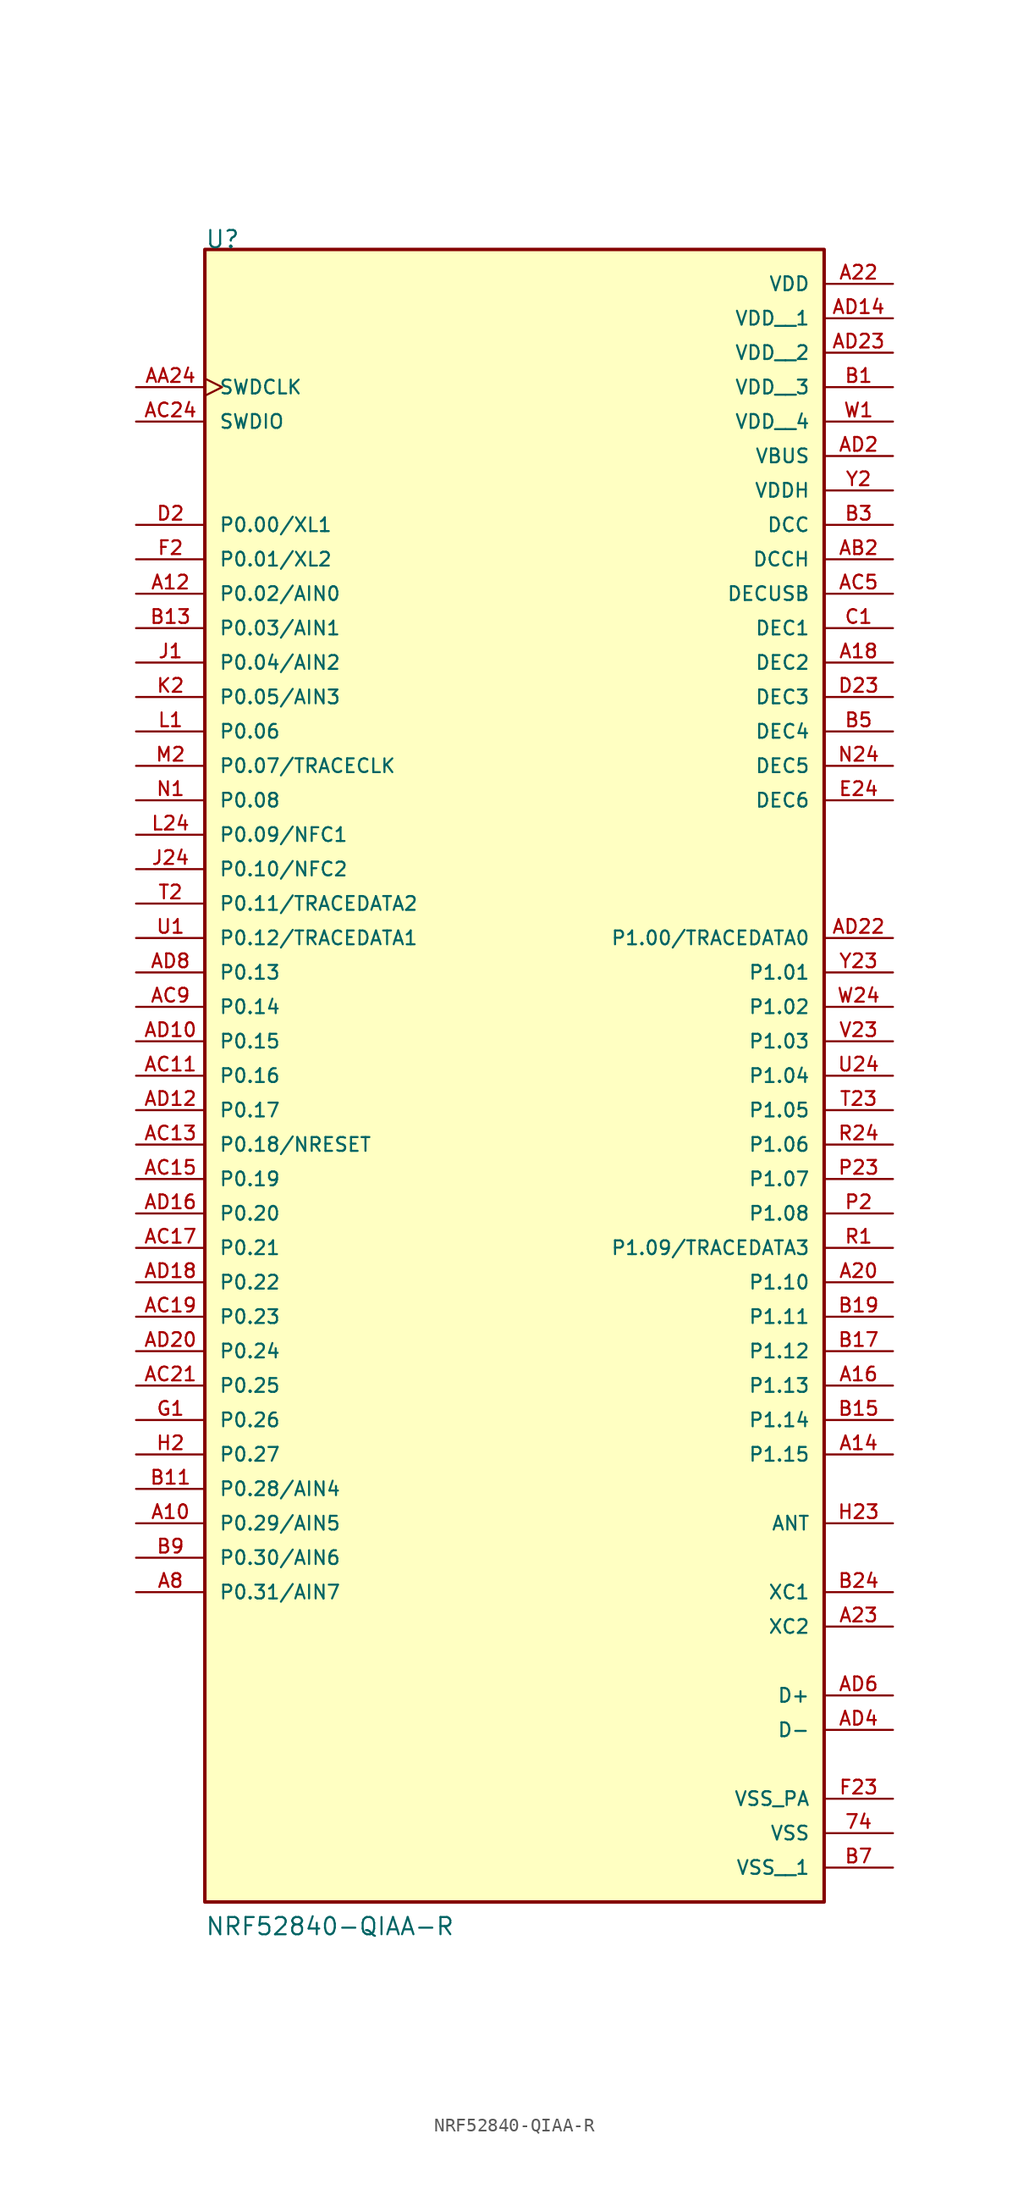
<source format=kicad_sym>
(kicad_symbol_lib
  (version 20241209)
  (generator "kicad_symbol_editor")
  (generator_version "9.0")
  (symbol "NRF52840-QIAA-R"
    (pin_names
      (offset 1.016))
    (property "Reference" "U"
      (at -22.86 53.34 0)
      (effects (font (size 1.27 1.27)) (justify left bottom)))
    (property "Value" "NRF52840-QIAA-R"
      (at -22.86 -71.12 0)
      (effects (font (size 1.27 1.27)) (justify left bottom)))
    (symbol "NRF52840-QIAA-R_0_0"
      (rectangle (start -22.86 53.34) (end 22.86 -68.58) (stroke (width 0.254) (type default)) (fill (type background)))
      (pin input clock (at -27.94 43.18 0) (length 5.08) (name "SWDCLK" (effects (font (size 1.016 1.016)))) (number "AA24" (effects (font (size 1.016 1.016)))))
      (pin bidirectional line (at -27.94 40.64 0) (length 5.08) (name "SWDIO" (effects (font (size 1.016 1.016)))) (number "AC24" (effects (font (size 1.016 1.016)))))
      (pin bidirectional line (at -27.94 33.02 0) (length 5.08) (name "P0.00/XL1" (effects (font (size 1.016 1.016)))) (number "D2" (effects (font (size 1.016 1.016)))))
      (pin bidirectional line (at -27.94 30.48 0) (length 5.08) (name "P0.01/XL2" (effects (font (size 1.016 1.016)))) (number "F2" (effects (font (size 1.016 1.016)))))
      (pin bidirectional line (at -27.94 27.94 0) (length 5.08) (name "P0.02/AIN0" (effects (font (size 1.016 1.016)))) (number "A12" (effects (font (size 1.016 1.016)))))
      (pin bidirectional line (at -27.94 25.4 0) (length 5.08) (name "P0.03/AIN1" (effects (font (size 1.016 1.016)))) (number "B13" (effects (font (size 1.016 1.016)))))
      (pin bidirectional line (at -27.94 22.86 0) (length 5.08) (name "P0.04/AIN2" (effects (font (size 1.016 1.016)))) (number "J1" (effects (font (size 1.016 1.016)))))
      (pin bidirectional line (at -27.94 20.32 0) (length 5.08) (name "P0.05/AIN3" (effects (font (size 1.016 1.016)))) (number "K2" (effects (font (size 1.016 1.016)))))
      (pin bidirectional line (at -27.94 17.78 0) (length 5.08) (name "P0.06" (effects (font (size 1.016 1.016)))) (number "L1" (effects (font (size 1.016 1.016)))))
      (pin bidirectional line (at -27.94 15.24 0) (length 5.08) (name "P0.07/TRACECLK" (effects (font (size 1.016 1.016)))) (number "M2" (effects (font (size 1.016 1.016)))))
      (pin bidirectional line (at -27.94 12.7 0) (length 5.08) (name "P0.08" (effects (font (size 1.016 1.016)))) (number "N1" (effects (font (size 1.016 1.016)))))
      (pin bidirectional line (at -27.94 10.16 0) (length 5.08) (name "P0.09/NFC1" (effects (font (size 1.016 1.016)))) (number "L24" (effects (font (size 1.016 1.016)))))
      (pin bidirectional line (at -27.94 7.62 0) (length 5.08) (name "P0.10/NFC2" (effects (font (size 1.016 1.016)))) (number "J24" (effects (font (size 1.016 1.016)))))
      (pin bidirectional line (at -27.94 5.08 0) (length 5.08) (name "P0.11/TRACEDATA2" (effects (font (size 1.016 1.016)))) (number "T2" (effects (font (size 1.016 1.016)))))
      (pin bidirectional line (at -27.94 2.54 0) (length 5.08) (name "P0.12/TRACEDATA1" (effects (font (size 1.016 1.016)))) (number "U1" (effects (font (size 1.016 1.016)))))
      (pin bidirectional line (at -27.94 0 0) (length 5.08) (name "P0.13" (effects (font (size 1.016 1.016)))) (number "AD8" (effects (font (size 1.016 1.016)))))
      (pin bidirectional line (at -27.94 -2.54 0) (length 5.08) (name "P0.14" (effects (font (size 1.016 1.016)))) (number "AC9" (effects (font (size 1.016 1.016)))))
      (pin bidirectional line (at -27.94 -5.08 0) (length 5.08) (name "P0.15" (effects (font (size 1.016 1.016)))) (number "AD10" (effects (font (size 1.016 1.016)))))
      (pin bidirectional line (at -27.94 -7.62 0) (length 5.08) (name "P0.16" (effects (font (size 1.016 1.016)))) (number "AC11" (effects (font (size 1.016 1.016)))))
      (pin bidirectional line (at -27.94 -10.16 0) (length 5.08) (name "P0.17" (effects (font (size 1.016 1.016)))) (number "AD12" (effects (font (size 1.016 1.016)))))
      (pin bidirectional line (at -27.94 -12.7 0) (length 5.08) (name "P0.18/NRESET" (effects (font (size 1.016 1.016)))) (number "AC13" (effects (font (size 1.016 1.016)))))
      (pin bidirectional line (at -27.94 -15.24 0) (length 5.08) (name "P0.19" (effects (font (size 1.016 1.016)))) (number "AC15" (effects (font (size 1.016 1.016)))))
      (pin bidirectional line (at -27.94 -17.78 0) (length 5.08) (name "P0.20" (effects (font (size 1.016 1.016)))) (number "AD16" (effects (font (size 1.016 1.016)))))
      (pin bidirectional line (at -27.94 -20.32 0) (length 5.08) (name "P0.21" (effects (font (size 1.016 1.016)))) (number "AC17" (effects (font (size 1.016 1.016)))))
      (pin bidirectional line (at -27.94 -22.86 0) (length 5.08) (name "P0.22" (effects (font (size 1.016 1.016)))) (number "AD18" (effects (font (size 1.016 1.016)))))
      (pin bidirectional line (at -27.94 -25.4 0) (length 5.08) (name "P0.23" (effects (font (size 1.016 1.016)))) (number "AC19" (effects (font (size 1.016 1.016)))))
      (pin bidirectional line (at -27.94 -27.94 0) (length 5.08) (name "P0.24" (effects (font (size 1.016 1.016)))) (number "AD20" (effects (font (size 1.016 1.016)))))
      (pin bidirectional line (at -27.94 -30.48 0) (length 5.08) (name "P0.25" (effects (font (size 1.016 1.016)))) (number "AC21" (effects (font (size 1.016 1.016)))))
      (pin bidirectional line (at -27.94 -33.02 0) (length 5.08) (name "P0.26" (effects (font (size 1.016 1.016)))) (number "G1" (effects (font (size 1.016 1.016)))))
      (pin bidirectional line (at -27.94 -35.56 0) (length 5.08) (name "P0.27" (effects (font (size 1.016 1.016)))) (number "H2" (effects (font (size 1.016 1.016)))))
      (pin bidirectional line (at -27.94 -38.1 0) (length 5.08) (name "P0.28/AIN4" (effects (font (size 1.016 1.016)))) (number "B11" (effects (font (size 1.016 1.016)))))
      (pin bidirectional line (at -27.94 -40.64 0) (length 5.08) (name "P0.29/AIN5" (effects (font (size 1.016 1.016)))) (number "A10" (effects (font (size 1.016 1.016)))))
      (pin bidirectional line (at -27.94 -43.18 0) (length 5.08) (name "P0.30/AIN6" (effects (font (size 1.016 1.016)))) (number "B9" (effects (font (size 1.016 1.016)))))
      (pin bidirectional line (at -27.94 -45.72 0) (length 5.08) (name "P0.31/AIN7" (effects (font (size 1.016 1.016)))) (number "A8" (effects (font (size 1.016 1.016)))))
      (pin power_in line (at 27.94 50.8 180) (length 5.08) (name "VDD" (effects (font (size 1.016 1.016)))) (number "A22" (effects (font (size 1.016 1.016)))))
      (pin power_in line (at 27.94 48.26 180) (length 5.08) (name "VDD__1" (effects (font (size 1.016 1.016)))) (number "AD14" (effects (font (size 1.016 1.016)))))
      (pin power_in line (at 27.94 45.72 180) (length 5.08) (name "VDD__2" (effects (font (size 1.016 1.016)))) (number "AD23" (effects (font (size 1.016 1.016)))))
      (pin power_in line (at 27.94 43.18 180) (length 5.08) (name "VDD__3" (effects (font (size 1.016 1.016)))) (number "B1" (effects (font (size 1.016 1.016)))))
      (pin power_in line (at 27.94 40.64 180) (length 5.08) (name "VDD__4" (effects (font (size 1.016 1.016)))) (number "W1" (effects (font (size 1.016 1.016)))))
      (pin power_in line (at 27.94 38.1 180) (length 5.08) (name "VBUS" (effects (font (size 1.016 1.016)))) (number "AD2" (effects (font (size 1.016 1.016)))))
      (pin power_in line (at 27.94 35.56 180) (length 5.08) (name "VDDH" (effects (font (size 1.016 1.016)))) (number "Y2" (effects (font (size 1.016 1.016)))))
      (pin power_in line (at 27.94 33.02 180) (length 5.08) (name "DCC" (effects (font (size 1.016 1.016)))) (number "B3" (effects (font (size 1.016 1.016)))))
      (pin power_in line (at 27.94 30.48 180) (length 5.08) (name "DCCH" (effects (font (size 1.016 1.016)))) (number "AB2" (effects (font (size 1.016 1.016)))))
      (pin power_in line (at 27.94 27.94 180) (length 5.08) (name "DECUSB" (effects (font (size 1.016 1.016)))) (number "AC5" (effects (font (size 1.016 1.016)))))
      (pin power_in line (at 27.94 25.4 180) (length 5.08) (name "DEC1" (effects (font (size 1.016 1.016)))) (number "C1" (effects (font (size 1.016 1.016)))))
      (pin power_in line (at 27.94 22.86 180) (length 5.08) (name "DEC2" (effects (font (size 1.016 1.016)))) (number "A18" (effects (font (size 1.016 1.016)))))
      (pin power_in line (at 27.94 20.32 180) (length 5.08) (name "DEC3" (effects (font (size 1.016 1.016)))) (number "D23" (effects (font (size 1.016 1.016)))))
      (pin power_in line (at 27.94 17.78 180) (length 5.08) (name "DEC4" (effects (font (size 1.016 1.016)))) (number "B5" (effects (font (size 1.016 1.016)))))
      (pin power_in line (at 27.94 15.24 180) (length 5.08) (name "DEC5" (effects (font (size 1.016 1.016)))) (number "N24" (effects (font (size 1.016 1.016)))))
      (pin power_in line (at 27.94 12.7 180) (length 5.08) (name "DEC6" (effects (font (size 1.016 1.016)))) (number "E24" (effects (font (size 1.016 1.016)))))
      (pin bidirectional line (at 27.94 2.54 180) (length 5.08) (name "P1.00/TRACEDATA0" (effects (font (size 1.016 1.016)))) (number "AD22" (effects (font (size 1.016 1.016)))))
      (pin bidirectional line (at 27.94 0 180) (length 5.08) (name "P1.01" (effects (font (size 1.016 1.016)))) (number "Y23" (effects (font (size 1.016 1.016)))))
      (pin bidirectional line (at 27.94 -2.54 180) (length 5.08) (name "P1.02" (effects (font (size 1.016 1.016)))) (number "W24" (effects (font (size 1.016 1.016)))))
      (pin bidirectional line (at 27.94 -5.08 180) (length 5.08) (name "P1.03" (effects (font (size 1.016 1.016)))) (number "V23" (effects (font (size 1.016 1.016)))))
      (pin bidirectional line (at 27.94 -7.62 180) (length 5.08) (name "P1.04" (effects (font (size 1.016 1.016)))) (number "U24" (effects (font (size 1.016 1.016)))))
      (pin bidirectional line (at 27.94 -10.16 180) (length 5.08) (name "P1.05" (effects (font (size 1.016 1.016)))) (number "T23" (effects (font (size 1.016 1.016)))))
      (pin bidirectional line (at 27.94 -12.7 180) (length 5.08) (name "P1.06" (effects (font (size 1.016 1.016)))) (number "R24" (effects (font (size 1.016 1.016)))))
      (pin bidirectional line (at 27.94 -15.24 180) (length 5.08) (name "P1.07" (effects (font (size 1.016 1.016)))) (number "P23" (effects (font (size 1.016 1.016)))))
      (pin bidirectional line (at 27.94 -17.78 180) (length 5.08) (name "P1.08" (effects (font (size 1.016 1.016)))) (number "P2" (effects (font (size 1.016 1.016)))))
      (pin bidirectional line (at 27.94 -20.32 180) (length 5.08) (name "P1.09/TRACEDATA3" (effects (font (size 1.016 1.016)))) (number "R1" (effects (font (size 1.016 1.016)))))
      (pin bidirectional line (at 27.94 -22.86 180) (length 5.08) (name "P1.10" (effects (font (size 1.016 1.016)))) (number "A20" (effects (font (size 1.016 1.016)))))
      (pin bidirectional line (at 27.94 -25.4 180) (length 5.08) (name "P1.11" (effects (font (size 1.016 1.016)))) (number "B19" (effects (font (size 1.016 1.016)))))
      (pin bidirectional line (at 27.94 -27.94 180) (length 5.08) (name "P1.12" (effects (font (size 1.016 1.016)))) (number "B17" (effects (font (size 1.016 1.016)))))
      (pin bidirectional line (at 27.94 -30.48 180) (length 5.08) (name "P1.13" (effects (font (size 1.016 1.016)))) (number "A16" (effects (font (size 1.016 1.016)))))
      (pin bidirectional line (at 27.94 -33.02 180) (length 5.08) (name "P1.14" (effects (font (size 1.016 1.016)))) (number "B15" (effects (font (size 1.016 1.016)))))
      (pin bidirectional line (at 27.94 -35.56 180) (length 5.08) (name "P1.15" (effects (font (size 1.016 1.016)))) (number "A14" (effects (font (size 1.016 1.016)))))
      (pin passive line (at 27.94 -40.64 180) (length 5.08) (name "ANT" (effects (font (size 1.016 1.016)))) (number "H23" (effects (font (size 1.016 1.016)))))
      (pin input line (at 27.94 -45.72 180) (length 5.08) (name "XC1" (effects (font (size 1.016 1.016)))) (number "B24" (effects (font (size 1.016 1.016)))))
      (pin input line (at 27.94 -48.26 180) (length 5.08) (name "XC2" (effects (font (size 1.016 1.016)))) (number "A23" (effects (font (size 1.016 1.016)))))
      (pin bidirectional line (at 27.94 -53.34 180) (length 5.08) (name "D+" (effects (font (size 1.016 1.016)))) (number "AD6" (effects (font (size 1.016 1.016)))))
      (pin bidirectional line (at 27.94 -55.88 180) (length 5.08) (name "D-" (effects (font (size 1.016 1.016)))) (number "AD4" (effects (font (size 1.016 1.016)))))
      (pin power_in line (at 27.94 -60.96 180) (length 5.08) (name "VSS_PA" (effects (font (size 1.016 1.016)))) (number "F23" (effects (font (size 1.016 1.016)))))
      (pin power_in line (at 27.94 -63.5 180) (length 5.08) (name "VSS" (effects (font (size 1.016 1.016)))) (number "74" (effects (font (size 1.016 1.016)))))
      (pin power_in line (at 27.94 -66.04 180) (length 5.08) (name "VSS__1" (effects (font (size 1.016 1.016)))) (number "B7" (effects (font (size 1.016 1.016))))))))
</source>
